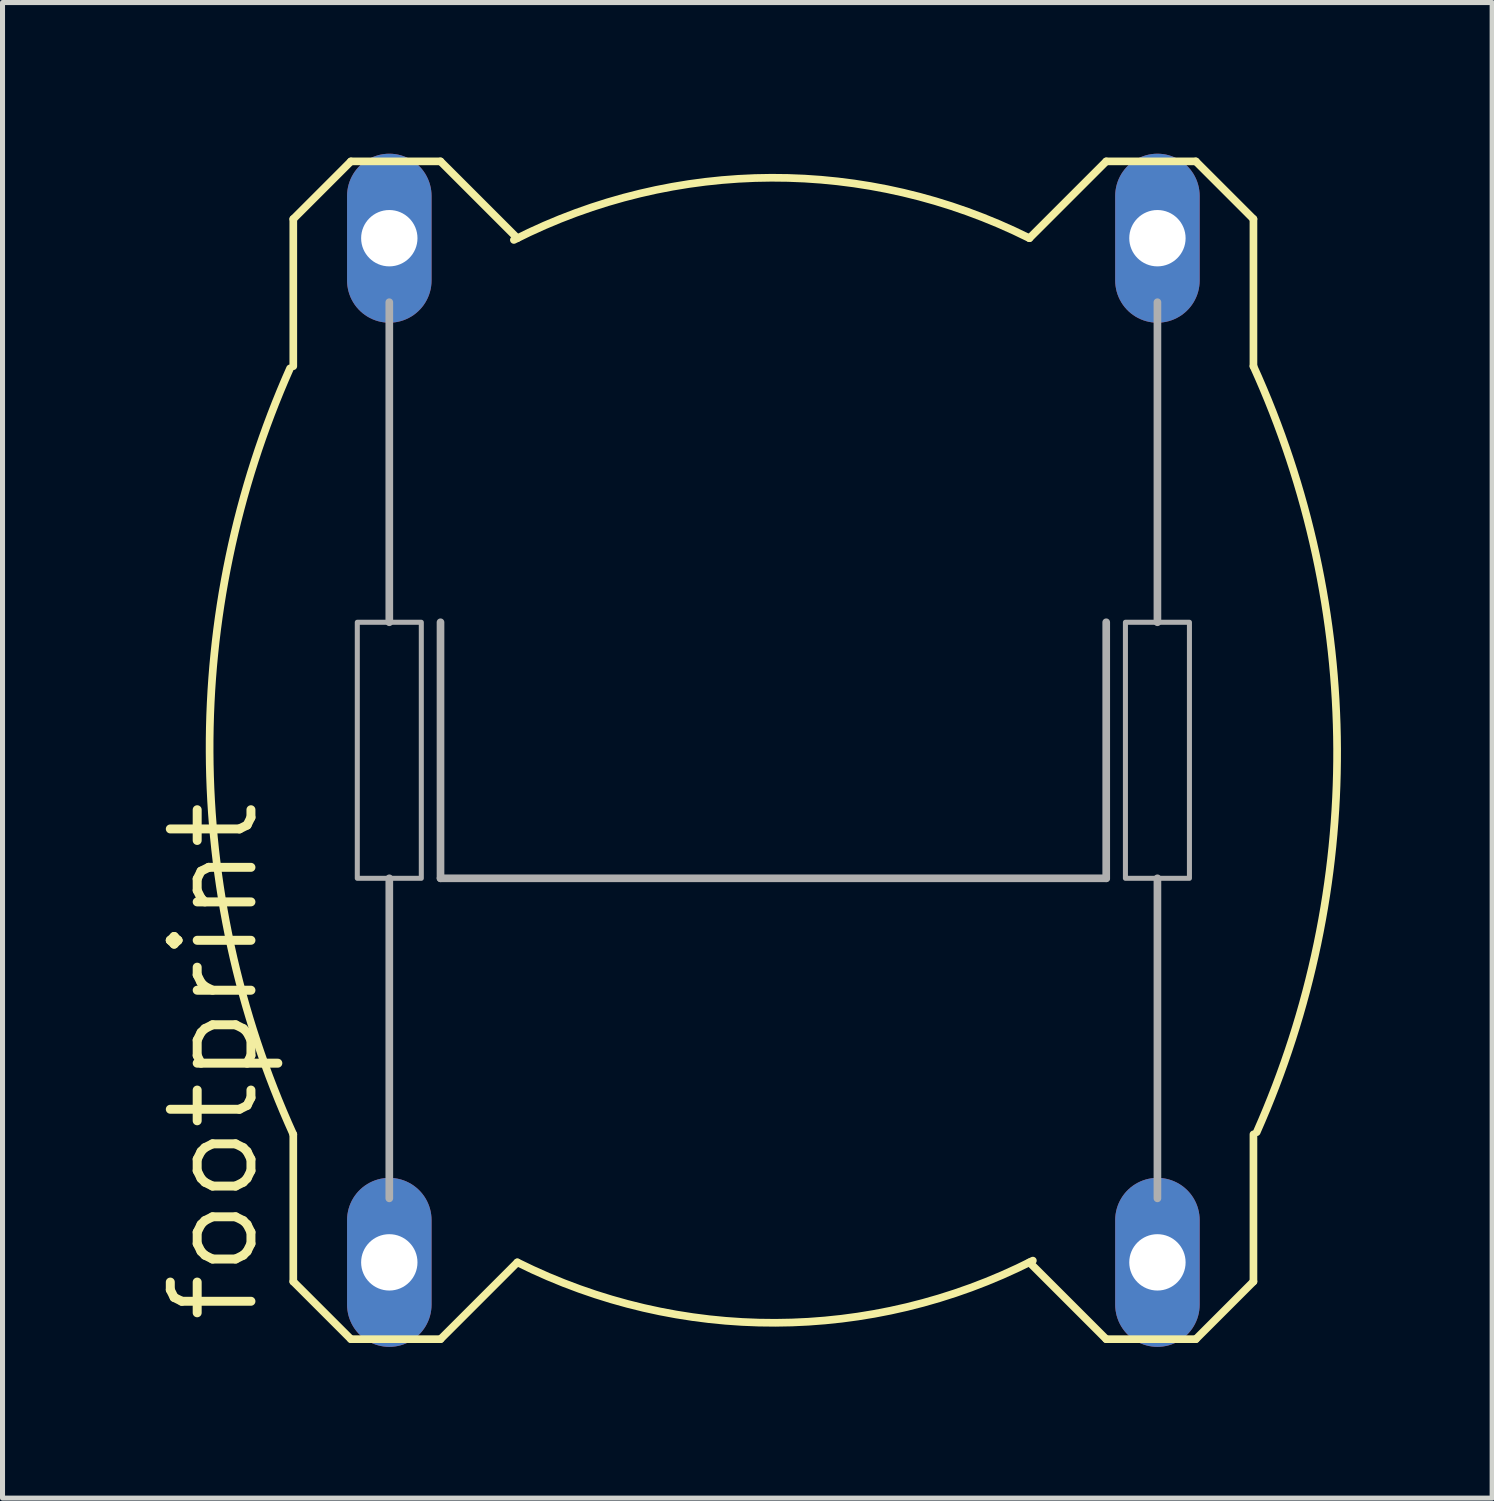
<source format=kicad_pcb>
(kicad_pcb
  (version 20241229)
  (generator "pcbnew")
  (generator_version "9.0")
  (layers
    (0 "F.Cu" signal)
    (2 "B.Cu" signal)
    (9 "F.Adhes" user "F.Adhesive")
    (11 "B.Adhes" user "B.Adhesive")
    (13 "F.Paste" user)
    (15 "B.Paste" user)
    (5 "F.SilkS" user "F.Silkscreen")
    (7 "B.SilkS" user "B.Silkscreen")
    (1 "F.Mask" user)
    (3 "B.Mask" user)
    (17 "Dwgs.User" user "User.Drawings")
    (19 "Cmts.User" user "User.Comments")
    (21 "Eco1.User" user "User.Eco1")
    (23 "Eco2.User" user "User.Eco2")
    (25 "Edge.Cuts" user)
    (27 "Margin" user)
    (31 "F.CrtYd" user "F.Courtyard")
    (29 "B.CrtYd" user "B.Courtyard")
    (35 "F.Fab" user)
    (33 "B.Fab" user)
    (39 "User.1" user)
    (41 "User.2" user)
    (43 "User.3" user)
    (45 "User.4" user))
  (footprint "footprint"
    (layer "F.Cu")
    (at 12.294 11.836)
    (property "Reference" "footprint" (at -10.16 11.43 90) (layer "F.SilkS") (effects (font (size 1.6 1.6) (thickness 0.178)) (justify left bottom)))
    (fp_line (start -9.525 -10.541) (end -9.525 -7.62) (stroke (width 0.152) (type solid)) (layer "F.SilkS"))
    (fp_line (start -9.525 -10.541) (end -8.382 -11.684) (stroke (width 0.152) (type solid)) (layer "F.SilkS"))
    (fp_line (start -9.525 7.62) (end -9.525 10.541) (stroke (width 0.152) (type solid)) (layer "F.SilkS"))
    (fp_line (start -8.382 11.684) (end -9.525 10.541) (stroke (width 0.152) (type solid)) (layer "F.SilkS"))
    (fp_line (start -6.604 -11.684) (end -8.382 -11.684) (stroke (width 0.152) (type solid)) (layer "F.SilkS"))
    (fp_line (start -6.604 11.684) (end -8.382 11.684) (stroke (width 0.152) (type solid)) (layer "F.SilkS"))
    (fp_line (start -5.08 -10.16) (end -6.604 -11.684) (stroke (width 0.152) (type solid)) (layer "F.SilkS"))
    (fp_line (start -5.08 10.16) (end -6.604 11.684) (stroke (width 0.152) (type solid)) (layer "F.SilkS"))
    (fp_line (start 5.08 10.16) (end 6.604 11.684) (stroke (width 0.152) (type solid)) (layer "F.SilkS"))
    (fp_line (start 6.604 -11.684) (end 5.08 -10.16) (stroke (width 0.152) (type solid)) (layer "F.SilkS"))
    (fp_line (start 6.604 -11.684) (end 8.382 -11.684) (stroke (width 0.152) (type solid)) (layer "F.SilkS"))
    (fp_line (start 8.382 11.684) (end 6.604 11.684) (stroke (width 0.152) (type solid)) (layer "F.SilkS"))
    (fp_line (start 9.525 -10.541) (end 8.382 -11.684) (stroke (width 0.152) (type solid)) (layer "F.SilkS"))
    (fp_line (start 9.525 -10.541) (end 9.525 -7.62) (stroke (width 0.152) (type solid)) (layer "F.SilkS"))
    (fp_line (start 9.525 7.62) (end 9.525 10.541) (stroke (width 0.152) (type solid)) (layer "F.SilkS"))
    (fp_line (start 9.525 10.541) (end 8.382 11.684) (stroke (width 0.152) (type solid)) (layer "F.SilkS"))
    (fp_arc (start -9.525 7.62) (mid -11.185032 0.02818) (end -9.5897 -7.5775) (stroke (width 0.1524) (type solid)) (layer "F.SilkS"))
    (fp_arc (start -5.1485 -10.1254) (mid -0.038365 -11.359133) (end 5.08 -10.159999) (stroke (width 0.1524) (type solid)) (layer "F.SilkS"))
    (fp_arc (start 5.1485 10.125401) (mid 0.038365 11.359134) (end -5.08 10.16) (stroke (width 0.1524) (type solid)) (layer "F.SilkS"))
    (fp_arc (start 9.525 -7.62) (mid 11.185032 -0.02818) (end 9.5897 7.5775) (stroke (width 0.1524) (type solid)) (layer "F.SilkS"))
    (fp_line (start -7.62 -8.89) (end -7.62 -2.54) (stroke (width 0.152) (type solid)) (layer "F.Fab"))
    (fp_line (start -7.62 2.54) (end -7.62 8.89) (stroke (width 0.152) (type solid)) (layer "F.Fab"))
    (fp_line (start -6.604 2.54) (end -6.604 -2.54) (stroke (width 0.152) (type solid)) (layer "F.Fab"))
    (fp_line (start -6.604 2.54) (end 6.604 2.54) (stroke (width 0.152) (type solid)) (layer "F.Fab"))
    (fp_line (start 6.604 2.54) (end 6.604 -2.54) (stroke (width 0.152) (type solid)) (layer "F.Fab"))
    (fp_line (start 7.62 -8.89) (end 7.62 -2.54) (stroke (width 0.152) (type solid)) (layer "F.Fab"))
    (fp_line (start 7.62 2.54) (end 7.62 8.89) (stroke (width 0.152) (type solid)) (layer "F.Fab"))
    (fp_poly (pts (xy -8.255 2.54) (xy -6.985 2.54) (xy -6.985 -2.54) (xy -8.255 -2.54)) (stroke (width 0.1) (type solid)) (fill no) (layer "F.Fab"))
    (fp_poly (pts (xy 6.985 2.54) (xy 8.255 2.54) (xy 8.255 -2.54) (xy 6.985 -2.54)) (stroke (width 0.1) (type solid)) (fill no) (layer "F.Fab"))
    (pad "1" thru_hole oval (at -7.62 10.16 90) (size 3.353 1.676) (drill 1.118) (layers "*.Cu" "*.Mask"))
    (pad "2" thru_hole oval (at -7.62 -10.16 90) (size 3.353 1.676) (drill 1.118) (layers "*.Cu" "*.Mask"))
    (pad "3" thru_hole oval (at 7.62 10.16 90) (size 3.353 1.676) (drill 1.118) (layers "*.Cu" "*.Mask"))
    (pad "4" thru_hole oval (at 7.62 -10.16 90) (size 3.353 1.676) (drill 1.118) (layers "*.Cu" "*.Mask")))
  (gr_rect
    (start -3 -3)
    (end 26.555 26.673)
    (stroke (width 0.1) (type default))
    (fill no)
    (layer "Edge.Cuts")))
</source>
